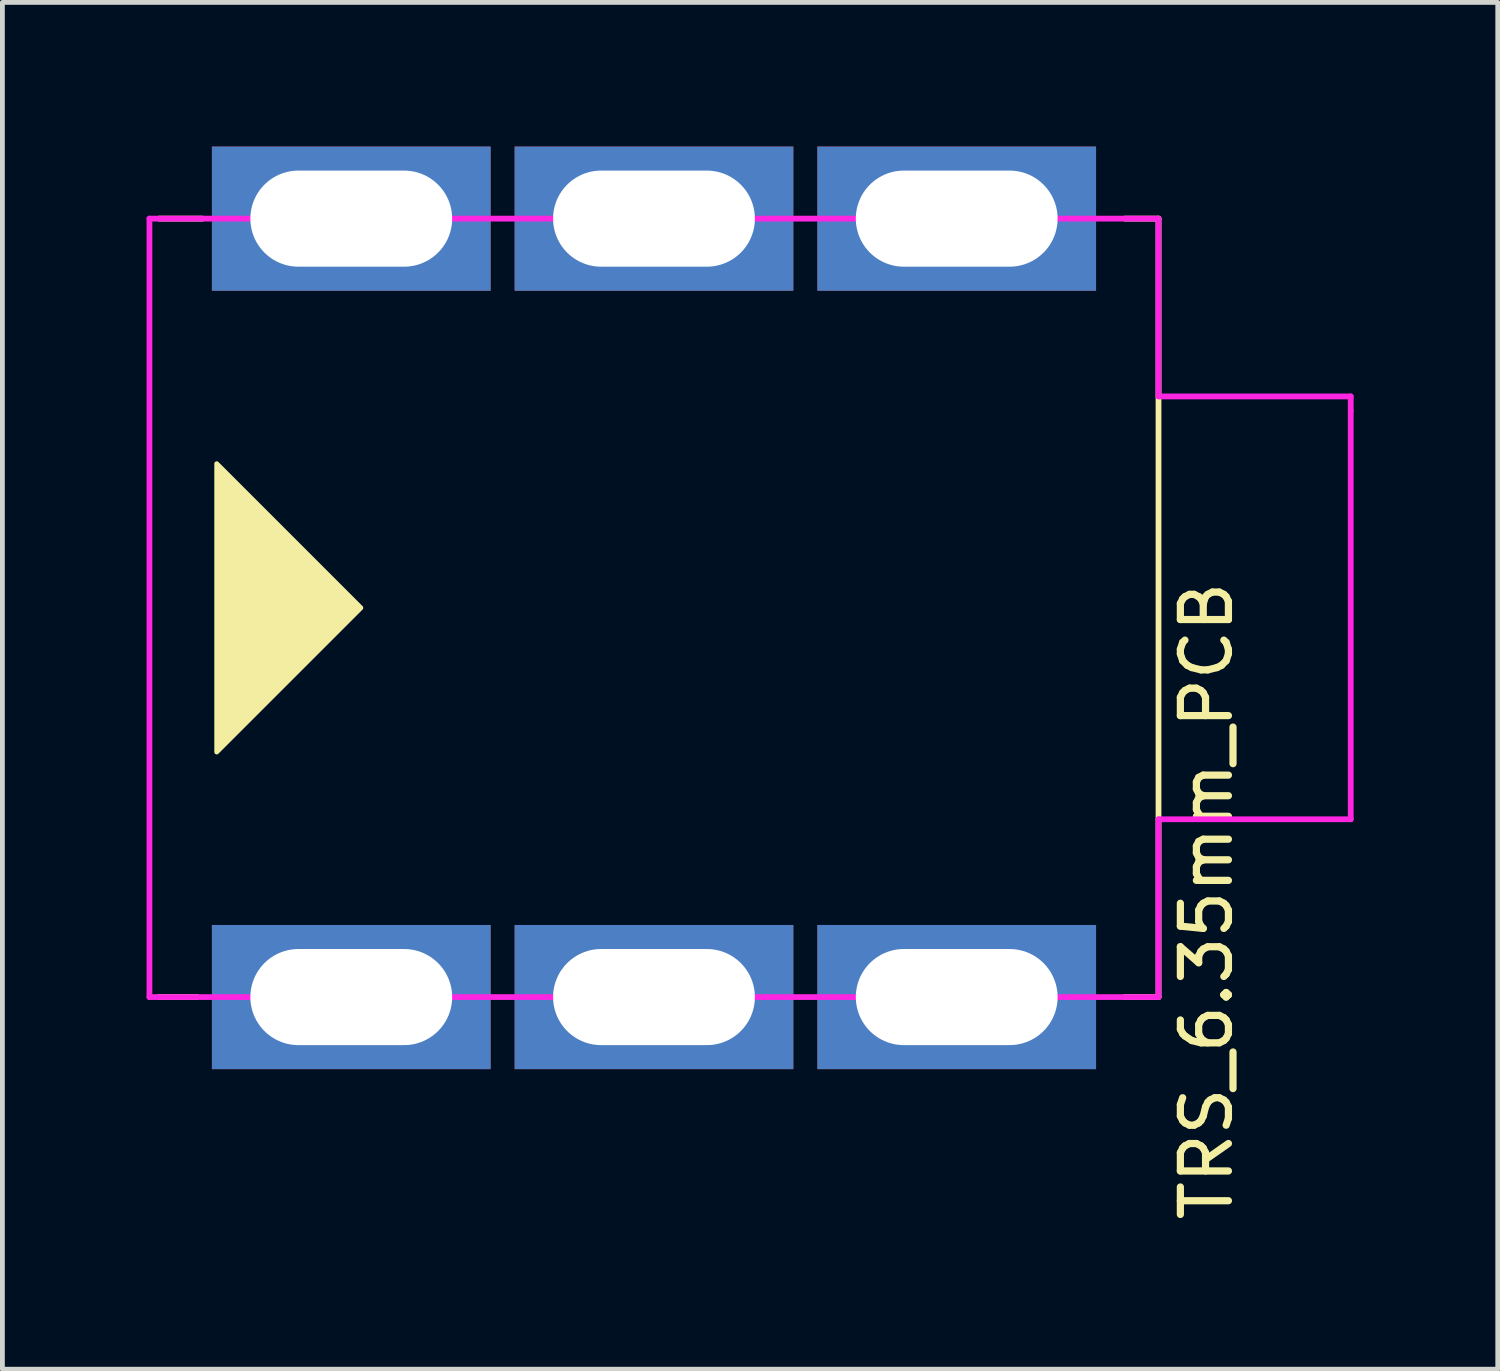
<source format=kicad_pcb>
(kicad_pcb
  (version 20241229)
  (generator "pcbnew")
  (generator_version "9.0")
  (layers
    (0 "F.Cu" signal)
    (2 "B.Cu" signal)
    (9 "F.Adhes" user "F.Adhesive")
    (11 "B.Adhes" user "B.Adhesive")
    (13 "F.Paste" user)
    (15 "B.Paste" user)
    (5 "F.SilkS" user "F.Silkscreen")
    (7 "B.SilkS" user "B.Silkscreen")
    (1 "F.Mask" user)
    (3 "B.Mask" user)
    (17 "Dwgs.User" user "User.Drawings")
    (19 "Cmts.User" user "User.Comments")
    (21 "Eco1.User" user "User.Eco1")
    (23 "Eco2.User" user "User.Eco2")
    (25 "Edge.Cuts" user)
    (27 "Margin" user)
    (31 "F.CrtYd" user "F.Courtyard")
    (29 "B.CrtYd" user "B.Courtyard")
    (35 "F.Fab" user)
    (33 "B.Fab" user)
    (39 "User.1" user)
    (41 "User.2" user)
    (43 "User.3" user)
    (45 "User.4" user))
  (footprint "TRS_6.35mm_PCB"
    (layer "F.Cu")
    (at 4.26 1.5)
    (property "Reference" "TRS_6.35mm_PCB" (at 17.8 14.2 90) (layer "F.SilkS") (effects (font (size 1 1) (thickness 0.15))))
    (attr through_hole)
    (fp_line (start -4 16.2) (end -3.2 16.2) (stroke (width 0.12) (type solid)) (layer "F.SilkS"))
    (fp_line (start -3.1 0) (end -4 0) (stroke (width 0.12) (type solid)) (layer "F.SilkS"))
    (fp_line (start 16.1 0) (end 16.8 0) (stroke (width 0.12) (type solid)) (layer "F.SilkS"))
    (fp_line (start 16.8 0) (end 16.8 16.2) (stroke (width 0.12) (type solid)) (layer "F.SilkS"))
    (fp_line (start 16.8 16.2) (end 16.1 16.2) (stroke (width 0.12) (type solid)) (layer "F.SilkS"))
    (fp_poly (pts (xy -2.8 5.1) (xy 0.2 8.1) (xy -2.8 11.1)) (stroke (width 0.1) (type solid)) (fill yes) (layer "F.SilkS"))
    (fp_line (start -4.2 0) (end -4.2 16.2) (stroke (width 0.12) (type solid)) (layer "F.CrtYd"))
    (fp_line (start -4.2 0) (end 16.8 0) (stroke (width 0.12) (type solid)) (layer "F.CrtYd"))
    (fp_line (start -4.2 16.2) (end 16.8 16.2) (stroke (width 0.12) (type solid)) (layer "F.CrtYd"))
    (fp_line (start 16.8 0) (end 16.8 3.7) (stroke (width 0.12) (type solid)) (layer "F.CrtYd"))
    (fp_line (start 16.8 3.7) (end 20.8 3.7) (stroke (width 0.12) (type solid)) (layer "F.CrtYd"))
    (fp_line (start 16.8 12.5) (end 20.8 12.5) (stroke (width 0.12) (type solid)) (layer "F.CrtYd"))
    (fp_line (start 16.8 16.2) (end 16.8 12.5) (stroke (width 0.12) (type solid)) (layer "F.CrtYd"))
    (fp_line (start 20.8 3.7) (end 20.8 4) (stroke (width 0.12) (type solid)) (layer "F.CrtYd"))
    (fp_line (start 20.8 12.5) (end 20.8 4) (stroke (width 0.12) (type solid)) (layer "F.CrtYd"))
    (pad "R" thru_hole rect (at 6.3 16.2) (size 5.8 3) (drill oval 4.2 2) (layers "*.Cu" "*.Mask"))
    (pad "RN" thru_hole rect (at 6.3 0) (size 5.8 3) (drill oval 4.2 2) (layers "*.Cu" "*.Mask"))
    (pad "S" thru_hole rect (at 0 16.2) (size 5.8 3) (drill oval 4.2 2) (layers "*.Cu" "*.Mask"))
    (pad "SN" thru_hole rect (at 0 0) (size 5.8 3) (drill oval 4.2 2) (layers "*.Cu" "*.Mask"))
    (pad "T" thru_hole rect (at 12.6 16.2) (size 5.8 3) (drill oval 4.2 2) (layers "*.Cu" "*.Mask"))
    (pad "TN" thru_hole rect (at 12.6 0) (size 5.8 3) (drill oval 4.2 2) (layers "*.Cu" "*.Mask")))
  (gr_rect
    (start -3 -3)
    (end 28.12 25.444)
    (stroke (width 0.1) (type default))
    (fill no)
    (layer "Edge.Cuts")))
</source>
